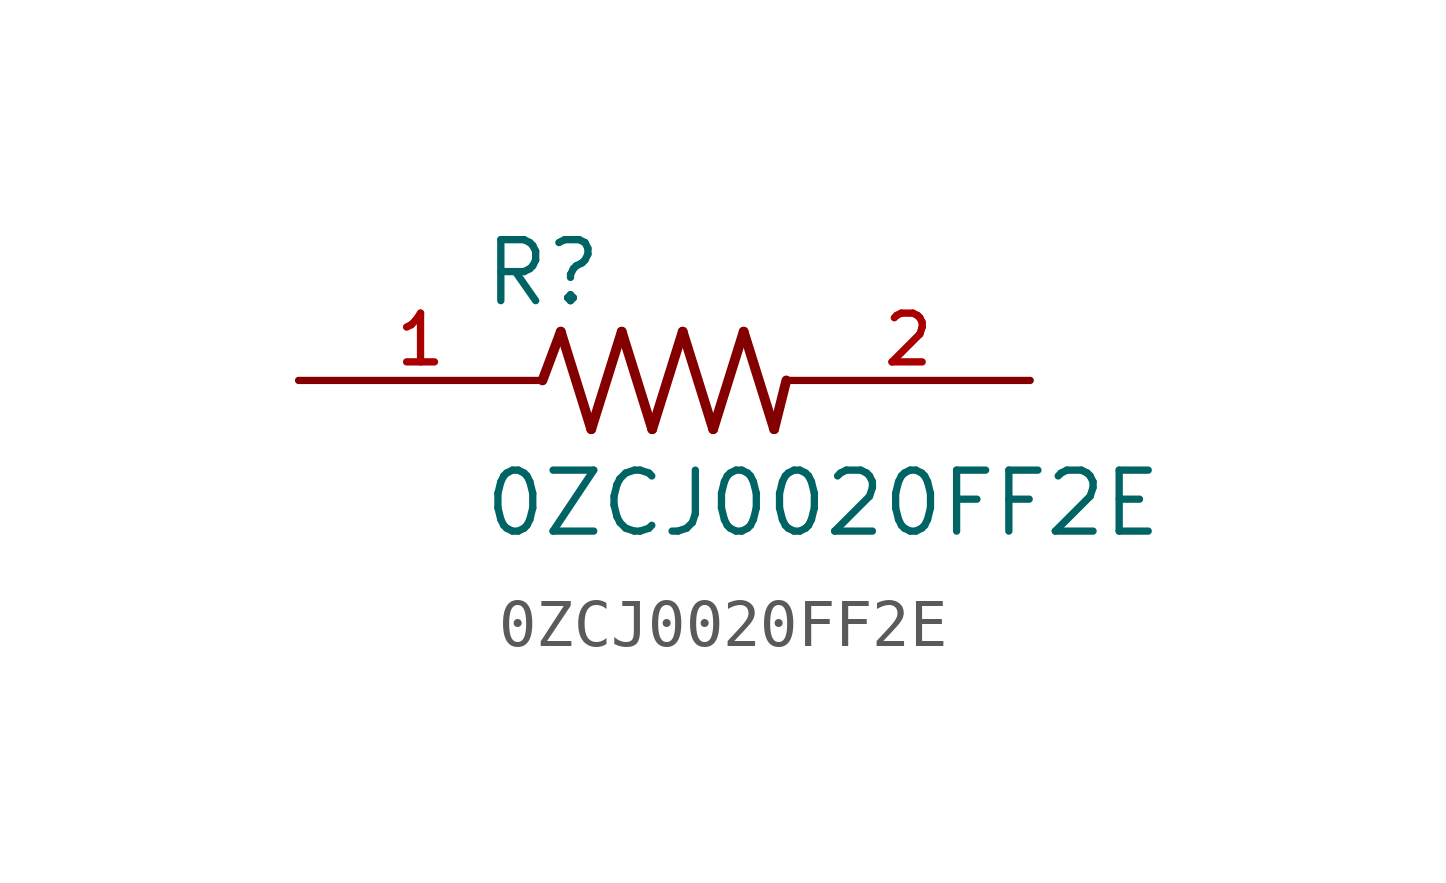
<source format=kicad_sym>
(kicad_symbol_lib
  (version 20211014)
  (generator kicad_symbol_editor)
  (symbol "0ZCJ0020FF2E"
    (pin_names
      (offset 1.016))
    (property "Reference" "R"
      (at -3.81 1.499 0)
      (effects (font (size 1.27 1.27)) (justify bottom left)))
    (property "Value" "0ZCJ0020FF2E"
      (at -3.81 -3.302 0)
      (effects (font (size 1.27 1.27)) (justify bottom left)))
    (symbol "0ZCJ0020FF2E_0_0"
      (polyline (pts (xy -2.54 0.0) (xy -2.159 1.016)) (stroke (width 0.203)))
      (polyline (pts (xy -2.159 1.016) (xy -1.524 -1.016)) (stroke (width 0.203)))
      (polyline (pts (xy -1.524 -1.016) (xy -0.889 1.016)) (stroke (width 0.203)))
      (polyline (pts (xy -0.889 1.016) (xy -0.254 -1.016)) (stroke (width 0.203)))
      (polyline (pts (xy -0.254 -1.016) (xy 0.381 1.016)) (stroke (width 0.203)))
      (polyline (pts (xy 0.381 1.016) (xy 1.016 -1.016)) (stroke (width 0.203)))
      (polyline (pts (xy 1.016 -1.016) (xy 1.651 1.016)) (stroke (width 0.203)))
      (polyline (pts (xy 1.651 1.016) (xy 2.286 -1.016)) (stroke (width 0.203)))
      (polyline (pts (xy 2.286 -1.016) (xy 2.54 0.0)) (stroke (width 0.203)))
      (pin passive line (at 7.62 0.0 180.0) (length 5.08) (name "~" (effects (font (size 1.016 1.016)))) (number "2" (effects (font (size 1.016 1.016)))))
      (pin passive line (at -7.62 0.0 0) (length 5.08) (name "~" (effects (font (size 1.016 1.016)))) (number "1" (effects (font (size 1.016 1.016))))))))
</source>
